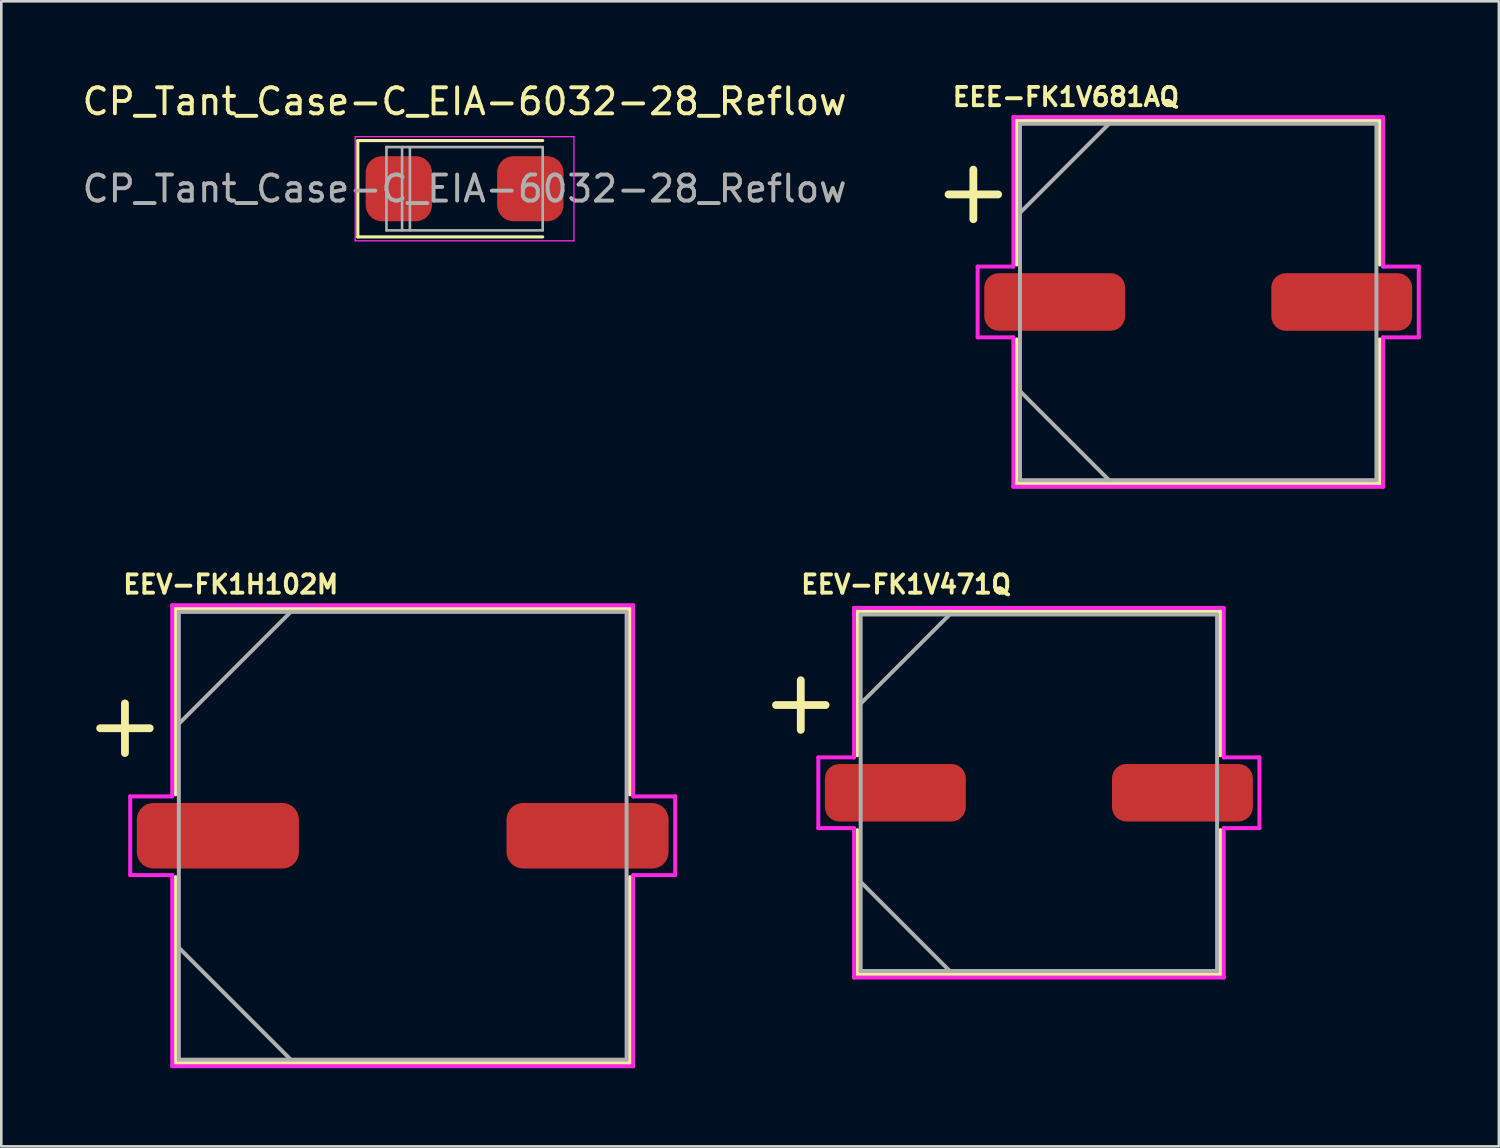
<source format=kicad_pcb>
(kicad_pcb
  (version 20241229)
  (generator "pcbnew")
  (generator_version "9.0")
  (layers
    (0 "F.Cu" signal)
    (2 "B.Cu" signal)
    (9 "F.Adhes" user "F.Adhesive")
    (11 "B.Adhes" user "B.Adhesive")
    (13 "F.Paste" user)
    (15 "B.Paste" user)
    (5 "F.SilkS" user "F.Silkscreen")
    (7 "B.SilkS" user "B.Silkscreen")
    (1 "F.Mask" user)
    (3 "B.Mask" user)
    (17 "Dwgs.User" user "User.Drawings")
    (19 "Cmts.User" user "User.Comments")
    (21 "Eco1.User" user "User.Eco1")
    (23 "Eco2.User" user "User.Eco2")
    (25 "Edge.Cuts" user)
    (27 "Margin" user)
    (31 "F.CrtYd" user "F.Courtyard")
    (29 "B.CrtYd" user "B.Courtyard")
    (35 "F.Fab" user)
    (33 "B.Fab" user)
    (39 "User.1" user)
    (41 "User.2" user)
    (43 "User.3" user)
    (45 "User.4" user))
  (footprint "CP_Tant_Case-C_EIA-6032-28_Reflow"
    (layer "F.Cu")
    (at 14.792 4.198)
    (property "Reference" "CP_Tant_Case-C_EIA-6032-28_Reflow" (at 0 -3.35 0) (layer "F.SilkS") (effects (font (size 1 1) (thickness 0.15))))
    (attr smd)
    (fp_line (start -4.1 -1.85) (end -4.1 1.85) (stroke (width 0.12) (type solid)) (layer "F.SilkS"))
    (fp_line (start -4.1 -1.85) (end 3 -1.85) (stroke (width 0.12) (type solid)) (layer "F.SilkS"))
    (fp_line (start -4.1 1.85) (end 3 1.85) (stroke (width 0.12) (type solid)) (layer "F.SilkS"))
    (fp_line (start -4.2 -2) (end -4.2 2) (stroke (width 0.05) (type solid)) (layer "F.CrtYd"))
    (fp_line (start -4.2 2) (end 4.2 2) (stroke (width 0.05) (type solid)) (layer "F.CrtYd"))
    (fp_line (start 4.2 -2) (end -4.2 -2) (stroke (width 0.05) (type solid)) (layer "F.CrtYd"))
    (fp_line (start 4.2 2) (end 4.2 -2) (stroke (width 0.05) (type solid)) (layer "F.CrtYd"))
    (fp_line (start -3 -1.6) (end -3 1.6) (stroke (width 0.1) (type solid)) (layer "F.Fab"))
    (fp_line (start -3 1.6) (end 3 1.6) (stroke (width 0.1) (type solid)) (layer "F.Fab"))
    (fp_line (start -2.4 -1.6) (end -2.4 1.6) (stroke (width 0.1) (type solid)) (layer "F.Fab"))
    (fp_line (start -2.1 -1.6) (end -2.1 1.6) (stroke (width 0.1) (type solid)) (layer "F.Fab"))
    (fp_line (start 3 -1.6) (end -3 -1.6) (stroke (width 0.1) (type solid)) (layer "F.Fab"))
    (fp_line (start 3 1.6) (end 3 -1.6) (stroke (width 0.1) (type solid)) (layer "F.Fab"))
    (fp_text user "${REFERENCE}" (at 0 0 0) (layer "F.Fab") (effects (font (size 1 1) (thickness 0.15))))
    (pad "1" smd roundrect (at -2.525 0) (size 2.55 2.5) (layers "F.Cu" "F.Mask" "F.Paste") (roundrect_rratio 0.25))
    (pad "2" smd roundrect (at 2.525 0) (size 2.55 2.5) (layers "F.Cu" "F.Mask" "F.Paste") (roundrect_rratio 0.25)))
  (footprint "EEV-FK1H102M"
    (layer "F.Cu")
    (at 12.416 29.047)
    (property "Reference" "EEV-FK1H102M" (at -6.604 -9.652 0) (layer "F.SilkS") (effects (font (size 0.7 0.7) (thickness 0.15))))
    (attr smd)
    (fp_line (start -8.725 -8.725) (end -8.725 -1.59) (stroke (width 0.152) (type solid)) (layer "F.SilkS"))
    (fp_line (start -8.725 1.59) (end -8.725 8.725) (stroke (width 0.152) (type solid)) (layer "F.SilkS"))
    (fp_line (start -8.725 8.725) (end 8.725 8.725) (stroke (width 0.152) (type solid)) (layer "F.SilkS"))
    (fp_line (start 8.725 -8.725) (end -8.725 -8.725) (stroke (width 0.152) (type solid)) (layer "F.SilkS"))
    (fp_line (start 8.725 -1.59) (end 8.725 -8.725) (stroke (width 0.152) (type solid)) (layer "F.SilkS"))
    (fp_line (start 8.725 8.725) (end 8.725 1.59) (stroke (width 0.152) (type solid)) (layer "F.SilkS"))
    (fp_line (start -10.465 -1.511) (end -8.852 -1.511) (stroke (width 0.152) (type solid)) (layer "F.CrtYd"))
    (fp_line (start -10.465 1.511) (end -10.465 -1.511) (stroke (width 0.152) (type solid)) (layer "F.CrtYd"))
    (fp_line (start -8.852 -8.852) (end 8.852 -8.852) (stroke (width 0.152) (type solid)) (layer "F.CrtYd"))
    (fp_line (start -8.852 -1.511) (end -8.852 -8.852) (stroke (width 0.152) (type solid)) (layer "F.CrtYd"))
    (fp_line (start -8.852 1.511) (end -10.465 1.511) (stroke (width 0.152) (type solid)) (layer "F.CrtYd"))
    (fp_line (start -8.852 8.852) (end -8.852 1.511) (stroke (width 0.152) (type solid)) (layer "F.CrtYd"))
    (fp_line (start 8.852 -8.852) (end 8.852 -1.511) (stroke (width 0.152) (type solid)) (layer "F.CrtYd"))
    (fp_line (start 8.852 -1.511) (end 10.465 -1.511) (stroke (width 0.152) (type solid)) (layer "F.CrtYd"))
    (fp_line (start 8.852 1.511) (end 8.852 8.852) (stroke (width 0.152) (type solid)) (layer "F.CrtYd"))
    (fp_line (start 8.852 8.852) (end -8.852 8.852) (stroke (width 0.152) (type solid)) (layer "F.CrtYd"))
    (fp_line (start 10.465 -1.511) (end 10.465 1.511) (stroke (width 0.152) (type solid)) (layer "F.CrtYd"))
    (fp_line (start 10.465 1.511) (end 8.852 1.511) (stroke (width 0.152) (type solid)) (layer "F.CrtYd"))
    (fp_line (start -8.598 -8.598) (end -8.598 8.598) (stroke (width 0.152) (type solid)) (layer "F.Fab"))
    (fp_line (start -8.598 -4.299) (end -4.299 -8.598) (stroke (width 0.152) (type solid)) (layer "F.Fab"))
    (fp_line (start -8.598 4.299) (end -4.299 8.598) (stroke (width 0.152) (type solid)) (layer "F.Fab"))
    (fp_line (start -8.598 8.598) (end 8.598 8.598) (stroke (width 0.152) (type solid)) (layer "F.Fab"))
    (fp_line (start 8.598 -8.598) (end -8.598 -8.598) (stroke (width 0.152) (type solid)) (layer "F.Fab"))
    (fp_line (start 8.598 8.598) (end 8.598 -8.598) (stroke (width 0.152) (type solid)) (layer "F.Fab"))
    (fp_text user "+" (at -10.668 -4.318 0) (layer "F.SilkS") (effects (font (size 2.5 2.5) (thickness 0.3))))
    (pad "1" smd roundrect (at -7.099 0) (size 6.223 2.515) (layers "F.Cu" "F.Mask" "F.Paste") (roundrect_rratio 0.25))
    (pad "2" smd roundrect (at 7.099 0) (size 6.223 2.515) (layers "F.Cu" "F.Mask" "F.Paste") (roundrect_rratio 0.25)))
  (footprint "EEE-FK1V681AQ"
    (layer "F.Cu")
    (at 42.967 8.547)
    (property "Reference" "EEE-FK1V681AQ" (at -5.08 -7.874 0) (layer "F.SilkS") (effects (font (size 0.7 0.7) (thickness 0.15))))
    (attr smd)
    (fp_line (start -6.972 -6.972) (end -6.972 -1.438) (stroke (width 0.152) (type solid)) (layer "F.SilkS"))
    (fp_line (start -6.972 1.438) (end -6.972 6.972) (stroke (width 0.152) (type solid)) (layer "F.SilkS"))
    (fp_line (start -6.972 6.972) (end 6.972 6.972) (stroke (width 0.152) (type solid)) (layer "F.SilkS"))
    (fp_line (start 6.972 -6.972) (end -6.972 -6.972) (stroke (width 0.152) (type solid)) (layer "F.SilkS"))
    (fp_line (start 6.972 -1.438) (end 6.972 -6.972) (stroke (width 0.152) (type solid)) (layer "F.SilkS"))
    (fp_line (start 6.972 6.972) (end 6.972 1.438) (stroke (width 0.152) (type solid)) (layer "F.SilkS"))
    (fp_line (start -8.471 -1.359) (end -7.099 -1.359) (stroke (width 0.152) (type solid)) (layer "F.CrtYd"))
    (fp_line (start -8.471 1.359) (end -8.471 -1.359) (stroke (width 0.152) (type solid)) (layer "F.CrtYd"))
    (fp_line (start -7.099 -7.099) (end 7.099 -7.099) (stroke (width 0.152) (type solid)) (layer "F.CrtYd"))
    (fp_line (start -7.099 -1.359) (end -7.099 -7.099) (stroke (width 0.152) (type solid)) (layer "F.CrtYd"))
    (fp_line (start -7.099 1.359) (end -8.471 1.359) (stroke (width 0.152) (type solid)) (layer "F.CrtYd"))
    (fp_line (start -7.099 7.099) (end -7.099 1.359) (stroke (width 0.152) (type solid)) (layer "F.CrtYd"))
    (fp_line (start 7.099 -7.099) (end 7.099 -1.359) (stroke (width 0.152) (type solid)) (layer "F.CrtYd"))
    (fp_line (start 7.099 -1.359) (end 8.471 -1.359) (stroke (width 0.152) (type solid)) (layer "F.CrtYd"))
    (fp_line (start 7.099 1.359) (end 7.099 7.099) (stroke (width 0.152) (type solid)) (layer "F.CrtYd"))
    (fp_line (start 7.099 7.099) (end -7.099 7.099) (stroke (width 0.152) (type solid)) (layer "F.CrtYd"))
    (fp_line (start 8.471 -1.359) (end 8.471 1.359) (stroke (width 0.152) (type solid)) (layer "F.CrtYd"))
    (fp_line (start 8.471 1.359) (end 7.099 1.359) (stroke (width 0.152) (type solid)) (layer "F.CrtYd"))
    (fp_line (start -6.845 -6.845) (end -6.845 6.845) (stroke (width 0.152) (type solid)) (layer "F.Fab"))
    (fp_line (start -6.845 -3.423) (end -3.423 -6.845) (stroke (width 0.152) (type solid)) (layer "F.Fab"))
    (fp_line (start -6.845 3.423) (end -3.423 6.845) (stroke (width 0.152) (type solid)) (layer "F.Fab"))
    (fp_line (start -6.845 6.845) (end 6.845 6.845) (stroke (width 0.152) (type solid)) (layer "F.Fab"))
    (fp_line (start 6.845 -6.845) (end -6.845 -6.845) (stroke (width 0.152) (type solid)) (layer "F.Fab"))
    (fp_line (start 6.845 6.845) (end 6.845 -6.845) (stroke (width 0.152) (type solid)) (layer "F.Fab"))
    (fp_text user "+" (at -8.636 -4.318 0) (layer "F.SilkS") (effects (font (size 2.5 2.5) (thickness 0.3))))
    (pad "1" smd roundrect (at -5.512 0) (size 5.41 2.21) (layers "F.Cu" "F.Mask" "F.Paste") (roundrect_rratio 0.25))
    (pad "2" smd roundrect (at 5.512 0) (size 5.41 2.21) (layers "F.Cu" "F.Mask" "F.Paste") (roundrect_rratio 0.25)))
  (footprint "EEV-FK1V471Q"
    (layer "F.Cu")
    (at 36.848 27.395)
    (property "Reference" "EEV-FK1V471Q" (at -5.1 -8 0) (layer "F.SilkS") (effects (font (size 0.7 0.7) (thickness 0.15))))
    (attr smd)
    (fp_line (start -6.972 -6.972) (end -6.972 -1.438) (stroke (width 0.152) (type solid)) (layer "F.SilkS"))
    (fp_line (start -6.972 1.438) (end -6.972 6.972) (stroke (width 0.152) (type solid)) (layer "F.SilkS"))
    (fp_line (start -6.972 6.972) (end 6.972 6.972) (stroke (width 0.152) (type solid)) (layer "F.SilkS"))
    (fp_line (start 6.972 -6.972) (end -6.972 -6.972) (stroke (width 0.152) (type solid)) (layer "F.SilkS"))
    (fp_line (start 6.972 -1.438) (end 6.972 -6.972) (stroke (width 0.152) (type solid)) (layer "F.SilkS"))
    (fp_line (start 6.972 6.972) (end 6.972 1.438) (stroke (width 0.152) (type solid)) (layer "F.SilkS"))
    (fp_line (start -8.471 -1.359) (end -7.099 -1.359) (stroke (width 0.152) (type solid)) (layer "F.CrtYd"))
    (fp_line (start -8.471 1.359) (end -8.471 -1.359) (stroke (width 0.152) (type solid)) (layer "F.CrtYd"))
    (fp_line (start -7.099 -7.099) (end 7.099 -7.099) (stroke (width 0.152) (type solid)) (layer "F.CrtYd"))
    (fp_line (start -7.099 -1.359) (end -7.099 -7.099) (stroke (width 0.152) (type solid)) (layer "F.CrtYd"))
    (fp_line (start -7.099 1.359) (end -8.471 1.359) (stroke (width 0.152) (type solid)) (layer "F.CrtYd"))
    (fp_line (start -7.099 7.099) (end -7.099 1.359) (stroke (width 0.152) (type solid)) (layer "F.CrtYd"))
    (fp_line (start 7.099 -7.099) (end 7.099 -1.359) (stroke (width 0.152) (type solid)) (layer "F.CrtYd"))
    (fp_line (start 7.099 -1.359) (end 8.471 -1.359) (stroke (width 0.152) (type solid)) (layer "F.CrtYd"))
    (fp_line (start 7.099 1.359) (end 7.099 7.099) (stroke (width 0.152) (type solid)) (layer "F.CrtYd"))
    (fp_line (start 7.099 7.099) (end -7.099 7.099) (stroke (width 0.152) (type solid)) (layer "F.CrtYd"))
    (fp_line (start 8.471 -1.359) (end 8.471 1.359) (stroke (width 0.152) (type solid)) (layer "F.CrtYd"))
    (fp_line (start 8.471 1.359) (end 7.099 1.359) (stroke (width 0.152) (type solid)) (layer "F.CrtYd"))
    (fp_line (start -6.845 -6.845) (end -6.845 6.845) (stroke (width 0.152) (type solid)) (layer "F.Fab"))
    (fp_line (start -6.845 -3.423) (end -3.423 -6.845) (stroke (width 0.152) (type solid)) (layer "F.Fab"))
    (fp_line (start -6.845 3.423) (end -3.423 6.845) (stroke (width 0.152) (type solid)) (layer "F.Fab"))
    (fp_line (start -6.845 6.845) (end 6.845 6.845) (stroke (width 0.152) (type solid)) (layer "F.Fab"))
    (fp_line (start 6.845 -6.845) (end -6.845 -6.845) (stroke (width 0.152) (type solid)) (layer "F.Fab"))
    (fp_line (start 6.845 6.845) (end 6.845 -6.845) (stroke (width 0.152) (type solid)) (layer "F.Fab"))
    (fp_text user "+" (at -9.144 -3.556 0) (layer "F.SilkS") (effects (font (size 2.5 2.5) (thickness 0.3))))
    (pad "1" smd roundrect (at -5.512 0) (size 5.41 2.21) (layers "F.Cu" "F.Mask" "F.Paste") (roundrect_rratio 0.25))
    (pad "2" smd roundrect (at 5.512 0) (size 5.41 2.21) (layers "F.Cu" "F.Mask" "F.Paste") (roundrect_rratio 0.25)))
  (gr_rect
    (start -3 -3)
    (end 54.514 40.975)
    (stroke (width 0.1) (type default))
    (fill no)
    (layer "Edge.Cuts")))
</source>
